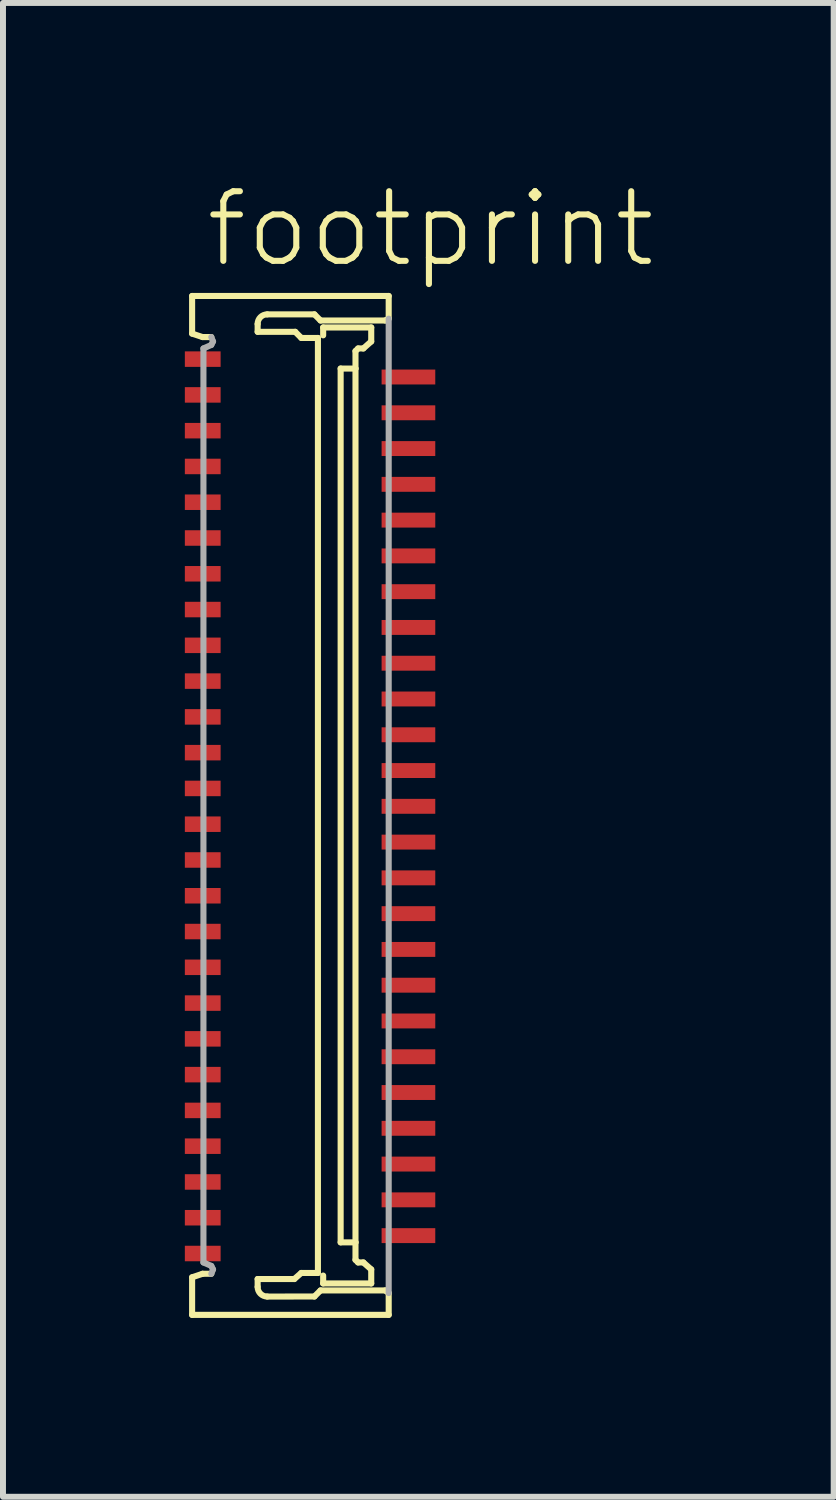
<source format=kicad_pcb>
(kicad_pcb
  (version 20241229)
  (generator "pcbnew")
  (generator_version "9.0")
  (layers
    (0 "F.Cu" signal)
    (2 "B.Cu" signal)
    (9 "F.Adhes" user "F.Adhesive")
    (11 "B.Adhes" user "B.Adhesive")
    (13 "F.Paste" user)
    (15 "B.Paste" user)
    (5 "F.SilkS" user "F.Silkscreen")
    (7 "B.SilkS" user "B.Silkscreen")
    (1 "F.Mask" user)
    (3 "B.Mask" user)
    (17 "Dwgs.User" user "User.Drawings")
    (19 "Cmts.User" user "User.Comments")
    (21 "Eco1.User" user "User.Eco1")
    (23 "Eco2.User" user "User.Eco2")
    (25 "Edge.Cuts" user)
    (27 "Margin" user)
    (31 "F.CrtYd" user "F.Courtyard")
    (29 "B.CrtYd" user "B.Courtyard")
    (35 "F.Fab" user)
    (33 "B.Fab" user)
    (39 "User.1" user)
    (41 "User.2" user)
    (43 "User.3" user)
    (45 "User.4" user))
  (footprint "footprint"
    (layer "F.Cu")
    (at 2.15 10.473)
    (property "Reference" "footprint" (at -1.8 -9 0) (layer "F.SilkS") (effects (font (size 1.168 1.168) (thickness 0.102)) (justify left bottom)))
    (fp_poly (pts (xy -2.15 -7.325) (xy -1.45 -7.325) (xy -1.45 -7.675) (xy -2.15 -7.675)) (stroke (width 0) (type solid)) (fill yes) (layer "F.Mask"))
    (fp_poly (pts (xy -2.15 -6.725) (xy -1.45 -6.725) (xy -1.45 -7.075) (xy -2.15 -7.075)) (stroke (width 0) (type solid)) (fill yes) (layer "F.Mask"))
    (fp_poly (pts (xy -2.15 -6.125) (xy -1.45 -6.125) (xy -1.45 -6.475) (xy -2.15 -6.475)) (stroke (width 0) (type solid)) (fill yes) (layer "F.Mask"))
    (fp_poly (pts (xy -2.15 -5.525) (xy -1.45 -5.525) (xy -1.45 -5.875) (xy -2.15 -5.875)) (stroke (width 0) (type solid)) (fill yes) (layer "F.Mask"))
    (fp_poly (pts (xy -2.15 -4.925) (xy -1.45 -4.925) (xy -1.45 -5.275) (xy -2.15 -5.275)) (stroke (width 0) (type solid)) (fill yes) (layer "F.Mask"))
    (fp_poly (pts (xy -2.15 -4.325) (xy -1.45 -4.325) (xy -1.45 -4.675) (xy -2.15 -4.675)) (stroke (width 0) (type solid)) (fill yes) (layer "F.Mask"))
    (fp_poly (pts (xy -2.15 -3.725) (xy -1.45 -3.725) (xy -1.45 -4.075) (xy -2.15 -4.075)) (stroke (width 0) (type solid)) (fill yes) (layer "F.Mask"))
    (fp_poly (pts (xy -2.15 -3.125) (xy -1.45 -3.125) (xy -1.45 -3.475) (xy -2.15 -3.475)) (stroke (width 0) (type solid)) (fill yes) (layer "F.Mask"))
    (fp_poly (pts (xy -2.15 -2.525) (xy -1.45 -2.525) (xy -1.45 -2.875) (xy -2.15 -2.875)) (stroke (width 0) (type solid)) (fill yes) (layer "F.Mask"))
    (fp_poly (pts (xy -2.15 -1.925) (xy -1.45 -1.925) (xy -1.45 -2.275) (xy -2.15 -2.275)) (stroke (width 0) (type solid)) (fill yes) (layer "F.Mask"))
    (fp_poly (pts (xy -2.15 -1.325) (xy -1.45 -1.325) (xy -1.45 -1.675) (xy -2.15 -1.675)) (stroke (width 0) (type solid)) (fill yes) (layer "F.Mask"))
    (fp_poly (pts (xy -2.15 -0.725) (xy -1.45 -0.725) (xy -1.45 -1.075) (xy -2.15 -1.075)) (stroke (width 0) (type solid)) (fill yes) (layer "F.Mask"))
    (fp_poly (pts (xy -2.15 -0.125) (xy -1.45 -0.125) (xy -1.45 -0.475) (xy -2.15 -0.475)) (stroke (width 0) (type solid)) (fill yes) (layer "F.Mask"))
    (fp_poly (pts (xy -2.15 0.475) (xy -1.45 0.475) (xy -1.45 0.125) (xy -2.15 0.125)) (stroke (width 0) (type solid)) (fill yes) (layer "F.Mask"))
    (fp_poly (pts (xy -2.15 1.075) (xy -1.45 1.075) (xy -1.45 0.725) (xy -2.15 0.725)) (stroke (width 0) (type solid)) (fill yes) (layer "F.Mask"))
    (fp_poly (pts (xy -2.15 1.675) (xy -1.45 1.675) (xy -1.45 1.325) (xy -2.15 1.325)) (stroke (width 0) (type solid)) (fill yes) (layer "F.Mask"))
    (fp_poly (pts (xy -2.15 2.275) (xy -1.45 2.275) (xy -1.45 1.925) (xy -2.15 1.925)) (stroke (width 0) (type solid)) (fill yes) (layer "F.Mask"))
    (fp_poly (pts (xy -2.15 2.875) (xy -1.45 2.875) (xy -1.45 2.525) (xy -2.15 2.525)) (stroke (width 0) (type solid)) (fill yes) (layer "F.Mask"))
    (fp_poly (pts (xy -2.15 3.475) (xy -1.45 3.475) (xy -1.45 3.125) (xy -2.15 3.125)) (stroke (width 0) (type solid)) (fill yes) (layer "F.Mask"))
    (fp_poly (pts (xy -2.15 4.075) (xy -1.45 4.075) (xy -1.45 3.725) (xy -2.15 3.725)) (stroke (width 0) (type solid)) (fill yes) (layer "F.Mask"))
    (fp_poly (pts (xy -2.15 4.675) (xy -1.45 4.675) (xy -1.45 4.325) (xy -2.15 4.325)) (stroke (width 0) (type solid)) (fill yes) (layer "F.Mask"))
    (fp_poly (pts (xy -2.15 5.275) (xy -1.45 5.275) (xy -1.45 4.925) (xy -2.15 4.925)) (stroke (width 0) (type solid)) (fill yes) (layer "F.Mask"))
    (fp_poly (pts (xy -2.15 5.875) (xy -1.45 5.875) (xy -1.45 5.525) (xy -2.15 5.525)) (stroke (width 0) (type solid)) (fill yes) (layer "F.Mask"))
    (fp_poly (pts (xy -2.15 6.475) (xy -1.45 6.475) (xy -1.45 6.125) (xy -2.15 6.125)) (stroke (width 0) (type solid)) (fill yes) (layer "F.Mask"))
    (fp_poly (pts (xy -2.15 7.075) (xy -1.45 7.075) (xy -1.45 6.725) (xy -2.15 6.725)) (stroke (width 0) (type solid)) (fill yes) (layer "F.Mask"))
    (fp_poly (pts (xy -2.15 7.675) (xy -1.45 7.675) (xy -1.45 7.325) (xy -2.15 7.325)) (stroke (width 0) (type solid)) (fill yes) (layer "F.Mask"))
    (fp_poly (pts (xy 1.15 -7.025) (xy 2.15 -7.025) (xy 2.15 -7.375) (xy 1.15 -7.375)) (stroke (width 0) (type solid)) (fill yes) (layer "F.Mask"))
    (fp_poly (pts (xy 1.15 -6.425) (xy 2.15 -6.425) (xy 2.15 -6.775) (xy 1.15 -6.775)) (stroke (width 0) (type solid)) (fill yes) (layer "F.Mask"))
    (fp_poly (pts (xy 1.15 -5.825) (xy 2.15 -5.825) (xy 2.15 -6.175) (xy 1.15 -6.175)) (stroke (width 0) (type solid)) (fill yes) (layer "F.Mask"))
    (fp_poly (pts (xy 1.15 -5.225) (xy 2.15 -5.225) (xy 2.15 -5.575) (xy 1.15 -5.575)) (stroke (width 0) (type solid)) (fill yes) (layer "F.Mask"))
    (fp_poly (pts (xy 1.15 -4.625) (xy 2.15 -4.625) (xy 2.15 -4.975) (xy 1.15 -4.975)) (stroke (width 0) (type solid)) (fill yes) (layer "F.Mask"))
    (fp_poly (pts (xy 1.15 -4.025) (xy 2.15 -4.025) (xy 2.15 -4.375) (xy 1.15 -4.375)) (stroke (width 0) (type solid)) (fill yes) (layer "F.Mask"))
    (fp_poly (pts (xy 1.15 -3.425) (xy 2.15 -3.425) (xy 2.15 -3.775) (xy 1.15 -3.775)) (stroke (width 0) (type solid)) (fill yes) (layer "F.Mask"))
    (fp_poly (pts (xy 1.15 -2.825) (xy 2.15 -2.825) (xy 2.15 -3.175) (xy 1.15 -3.175)) (stroke (width 0) (type solid)) (fill yes) (layer "F.Mask"))
    (fp_poly (pts (xy 1.15 -2.225) (xy 2.15 -2.225) (xy 2.15 -2.575) (xy 1.15 -2.575)) (stroke (width 0) (type solid)) (fill yes) (layer "F.Mask"))
    (fp_poly (pts (xy 1.15 -1.625) (xy 2.15 -1.625) (xy 2.15 -1.975) (xy 1.15 -1.975)) (stroke (width 0) (type solid)) (fill yes) (layer "F.Mask"))
    (fp_poly (pts (xy 1.15 -1.025) (xy 2.15 -1.025) (xy 2.15 -1.375) (xy 1.15 -1.375)) (stroke (width 0) (type solid)) (fill yes) (layer "F.Mask"))
    (fp_poly (pts (xy 1.15 -0.425) (xy 2.15 -0.425) (xy 2.15 -0.775) (xy 1.15 -0.775)) (stroke (width 0) (type solid)) (fill yes) (layer "F.Mask"))
    (fp_poly (pts (xy 1.15 0.175) (xy 2.15 0.175) (xy 2.15 -0.175) (xy 1.15 -0.175)) (stroke (width 0) (type solid)) (fill yes) (layer "F.Mask"))
    (fp_poly (pts (xy 1.15 0.775) (xy 2.15 0.775) (xy 2.15 0.425) (xy 1.15 0.425)) (stroke (width 0) (type solid)) (fill yes) (layer "F.Mask"))
    (fp_poly (pts (xy 1.15 1.375) (xy 2.15 1.375) (xy 2.15 1.025) (xy 1.15 1.025)) (stroke (width 0) (type solid)) (fill yes) (layer "F.Mask"))
    (fp_poly (pts (xy 1.15 1.975) (xy 2.15 1.975) (xy 2.15 1.625) (xy 1.15 1.625)) (stroke (width 0) (type solid)) (fill yes) (layer "F.Mask"))
    (fp_poly (pts (xy 1.15 2.575) (xy 2.15 2.575) (xy 2.15 2.225) (xy 1.15 2.225)) (stroke (width 0) (type solid)) (fill yes) (layer "F.Mask"))
    (fp_poly (pts (xy 1.15 3.175) (xy 2.15 3.175) (xy 2.15 2.825) (xy 1.15 2.825)) (stroke (width 0) (type solid)) (fill yes) (layer "F.Mask"))
    (fp_poly (pts (xy 1.15 3.775) (xy 2.15 3.775) (xy 2.15 3.425) (xy 1.15 3.425)) (stroke (width 0) (type solid)) (fill yes) (layer "F.Mask"))
    (fp_poly (pts (xy 1.15 4.375) (xy 2.15 4.375) (xy 2.15 4.025) (xy 1.15 4.025)) (stroke (width 0) (type solid)) (fill yes) (layer "F.Mask"))
    (fp_poly (pts (xy 1.15 4.975) (xy 2.15 4.975) (xy 2.15 4.625) (xy 1.15 4.625)) (stroke (width 0) (type solid)) (fill yes) (layer "F.Mask"))
    (fp_poly (pts (xy 1.15 5.575) (xy 2.15 5.575) (xy 2.15 5.225) (xy 1.15 5.225)) (stroke (width 0) (type solid)) (fill yes) (layer "F.Mask"))
    (fp_poly (pts (xy 1.15 6.175) (xy 2.15 6.175) (xy 2.15 5.825) (xy 1.15 5.825)) (stroke (width 0) (type solid)) (fill yes) (layer "F.Mask"))
    (fp_poly (pts (xy 1.15 6.775) (xy 2.15 6.775) (xy 2.15 6.425) (xy 1.15 6.425)) (stroke (width 0) (type solid)) (fill yes) (layer "F.Mask"))
    (fp_poly (pts (xy 1.15 7.375) (xy 2.15 7.375) (xy 2.15 7.025) (xy 1.15 7.025)) (stroke (width 0) (type solid)) (fill yes) (layer "F.Mask"))
    (fp_line (start -1.978 -8.559) (end 1.319 -8.559) (stroke (width 0.102) (type solid)) (layer "F.SilkS"))
    (fp_line (start -1.978 -7.928) (end -1.978 -8.559) (stroke (width 0.102) (type solid)) (layer "F.SilkS"))
    (fp_line (start -1.978 7.899) (end -1.803 7.84) (stroke (width 0.102) (type solid)) (layer "F.SilkS"))
    (fp_line (start -1.978 8.529) (end -1.978 7.899) (stroke (width 0.102) (type solid)) (layer "F.SilkS"))
    (fp_line (start -1.803 -7.87) (end -1.978 -7.928) (stroke (width 0.102) (type solid)) (layer "F.SilkS"))
    (fp_line (start -1.803 7.84) (end -1.656 7.84) (stroke (width 0.102) (type solid)) (layer "F.SilkS"))
    (fp_line (start -1.656 -7.87) (end -1.803 -7.87) (stroke (width 0.102) (type solid)) (layer "F.SilkS"))
    (fp_line (start -0.879 -8.09) (end -0.879 -7.958) (stroke (width 0.102) (type solid)) (layer "F.SilkS"))
    (fp_line (start -0.879 -7.958) (end -0.249 -7.958) (stroke (width 0.102) (type solid)) (layer "F.SilkS"))
    (fp_line (start -0.879 7.928) (end -0.879 8.06) (stroke (width 0.102) (type solid)) (layer "F.SilkS"))
    (fp_line (start -0.718 8.222) (end 0.073 8.221) (stroke (width 0.102) (type solid)) (layer "F.SilkS"))
    (fp_line (start -0.264 7.928) (end -0.879 7.928) (stroke (width 0.102) (type solid)) (layer "F.SilkS"))
    (fp_line (start -0.249 -7.958) (end -0.146 -7.855) (stroke (width 0.102) (type solid)) (layer "F.SilkS"))
    (fp_line (start -0.147 7.826) (end -0.264 7.928) (stroke (width 0.102) (type solid)) (layer "F.SilkS"))
    (fp_line (start -0.146 -7.855) (end 0.132 -7.855) (stroke (width 0.102) (type solid)) (layer "F.SilkS"))
    (fp_line (start 0.073 8.221) (end 0.176 8.119) (stroke (width 0.102) (type solid)) (layer "F.SilkS"))
    (fp_line (start 0.073 -8.251) (end -0.718 -8.251) (stroke (width 0.102) (type solid)) (layer "F.SilkS"))
    (fp_line (start 0.132 -7.855) (end 0.132 7.826) (stroke (width 0.102) (type solid)) (layer "F.SilkS"))
    (fp_line (start 0.132 7.826) (end -0.147 7.826) (stroke (width 0.102) (type solid)) (layer "F.SilkS"))
    (fp_line (start 0.176 -8.148) (end 0.073 -8.251) (stroke (width 0.102) (type solid)) (layer "F.SilkS"))
    (fp_line (start 0.176 8.119) (end 1.26 8.119) (stroke (width 0.102) (type solid)) (layer "F.SilkS"))
    (fp_line (start 0.22 -8.031) (end 0.22 -7.899) (stroke (width 0.102) (type solid)) (layer "F.SilkS"))
    (fp_line (start 0.22 8.002) (end 0.22 7.87) (stroke (width 0.102) (type solid)) (layer "F.SilkS"))
    (fp_line (start 0.513 -7.342) (end 0.762 -7.342) (stroke (width 0.102) (type solid)) (layer "F.SilkS"))
    (fp_line (start 0.513 7.313) (end 0.513 -7.342) (stroke (width 0.102) (type solid)) (layer "F.SilkS"))
    (fp_line (start 0.762 -7.635) (end 0.806 -7.679) (stroke (width 0.102) (type solid)) (layer "F.SilkS"))
    (fp_line (start 0.762 -7.342) (end 0.762 -7.635) (stroke (width 0.102) (type solid)) (layer "F.SilkS"))
    (fp_line (start 0.762 -7.342) (end 0.762 7.313) (stroke (width 0.102) (type solid)) (layer "F.SilkS"))
    (fp_line (start 0.762 7.313) (end 0.513 7.313) (stroke (width 0.102) (type solid)) (layer "F.SilkS"))
    (fp_line (start 0.762 7.606) (end 0.762 7.313) (stroke (width 0.102) (type solid)) (layer "F.SilkS"))
    (fp_line (start 0.806 -7.679) (end 0.894 -7.679) (stroke (width 0.102) (type solid)) (layer "F.SilkS"))
    (fp_line (start 0.806 7.65) (end 0.762 7.606) (stroke (width 0.102) (type solid)) (layer "F.SilkS"))
    (fp_line (start 0.894 -7.679) (end 1.026 -7.796) (stroke (width 0.102) (type solid)) (layer "F.SilkS"))
    (fp_line (start 0.894 7.65) (end 0.806 7.65) (stroke (width 0.102) (type solid)) (layer "F.SilkS"))
    (fp_line (start 1.026 -8.031) (end 0.22 -8.031) (stroke (width 0.102) (type solid)) (layer "F.SilkS"))
    (fp_line (start 1.026 -7.796) (end 1.026 -8.031) (stroke (width 0.102) (type solid)) (layer "F.SilkS"))
    (fp_line (start 1.026 7.767) (end 0.894 7.65) (stroke (width 0.102) (type solid)) (layer "F.SilkS"))
    (fp_line (start 1.026 8.002) (end 0.22 8.002) (stroke (width 0.102) (type solid)) (layer "F.SilkS"))
    (fp_line (start 1.026 8.002) (end 1.026 7.767) (stroke (width 0.102) (type solid)) (layer "F.SilkS"))
    (fp_line (start 1.26 -8.148) (end 0.176 -8.148) (stroke (width 0.102) (type solid)) (layer "F.SilkS"))
    (fp_line (start 1.26 8.119) (end 1.319 8.163) (stroke (width 0.102) (type solid)) (layer "F.SilkS"))
    (fp_line (start 1.319 -8.559) (end 1.319 -8.178) (stroke (width 0.102) (type solid)) (layer "F.SilkS"))
    (fp_line (start 1.319 -8.178) (end 1.26 -8.148) (stroke (width 0.102) (type solid)) (layer "F.SilkS"))
    (fp_line (start 1.319 8.163) (end 1.319 8.529) (stroke (width 0.102) (type solid)) (layer "F.SilkS"))
    (fp_line (start 1.319 8.529) (end -1.978 8.529) (stroke (width 0.102) (type solid)) (layer "F.SilkS"))
    (fp_arc (start -0.8793 -8.0896) (mid -0.832086 -8.203586) (end -0.7181 -8.2508) (stroke (width 0.1016) (type solid)) (layer "F.SilkS"))
    (fp_arc (start -0.7181 8.2215) (mid -0.832086 8.174286) (end -0.8793 8.0603) (stroke (width 0.1016) (type solid)) (layer "F.SilkS"))
    (fp_line (start -1.788 -7.679) (end -1.656 -7.738) (stroke (width 0.102) (type solid)) (layer "F.Fab"))
    (fp_line (start -1.788 7.65) (end -1.788 -7.679) (stroke (width 0.102) (type solid)) (layer "F.Fab"))
    (fp_line (start -1.656 7.708) (end -1.788 7.65) (stroke (width 0.102) (type solid)) (layer "F.Fab"))
    (fp_line (start -1.656 7.84) (end -1.627 7.767) (stroke (width 0.102) (type solid)) (layer "F.Fab"))
    (fp_line (start -1.656 -7.738) (end -1.627 -7.796) (stroke (width 0.102) (type solid)) (layer "F.Fab"))
    (fp_line (start -1.627 -7.796) (end -1.656 -7.87) (stroke (width 0.102) (type solid)) (layer "F.Fab"))
    (fp_line (start -1.627 7.767) (end -1.656 7.708) (stroke (width 0.102) (type solid)) (layer "F.Fab"))
    (fp_line (start 1.319 -8.178) (end 1.319 8.163) (stroke (width 0.102) (type solid)) (layer "F.Fab"))
    (pad "1" smd rect (at -1.8 -7.5 270) (size 0.26 0.6) (layers "F.Cu" "F.Paste"))
    (pad "2" smd rect (at 1.65 -7.2 270) (size 0.25 0.9) (layers "F.Cu" "F.Paste"))
    (pad "3" smd rect (at -1.8 -6.9 270) (size 0.26 0.6) (layers "F.Cu" "F.Paste"))
    (pad "4" smd rect (at 1.65 -6.6 270) (size 0.25 0.9) (layers "F.Cu" "F.Paste"))
    (pad "5" smd rect (at -1.8 -6.3 270) (size 0.26 0.6) (layers "F.Cu" "F.Paste"))
    (pad "6" smd rect (at 1.65 -6 270) (size 0.25 0.9) (layers "F.Cu" "F.Paste"))
    (pad "7" smd rect (at -1.8 -5.7 270) (size 0.26 0.6) (layers "F.Cu" "F.Paste"))
    (pad "8" smd rect (at 1.65 -5.4 270) (size 0.25 0.9) (layers "F.Cu" "F.Paste"))
    (pad "9" smd rect (at -1.8 -5.1 270) (size 0.26 0.6) (layers "F.Cu" "F.Paste"))
    (pad "10" smd rect (at 1.65 -4.8 270) (size 0.25 0.9) (layers "F.Cu" "F.Paste"))
    (pad "11" smd rect (at -1.8 -4.5 270) (size 0.26 0.6) (layers "F.Cu" "F.Paste"))
    (pad "12" smd rect (at 1.65 -4.2 270) (size 0.25 0.9) (layers "F.Cu" "F.Paste"))
    (pad "13" smd rect (at -1.8 -3.9 270) (size 0.26 0.6) (layers "F.Cu" "F.Paste"))
    (pad "14" smd rect (at 1.65 -3.6 270) (size 0.25 0.9) (layers "F.Cu" "F.Paste"))
    (pad "15" smd rect (at -1.8 -3.3 270) (size 0.26 0.6) (layers "F.Cu" "F.Paste"))
    (pad "16" smd rect (at 1.65 -3 270) (size 0.25 0.9) (layers "F.Cu" "F.Paste"))
    (pad "17" smd rect (at -1.8 -2.7 270) (size 0.26 0.6) (layers "F.Cu" "F.Paste"))
    (pad "18" smd rect (at 1.65 -2.4 270) (size 0.25 0.9) (layers "F.Cu" "F.Paste"))
    (pad "19" smd rect (at -1.8 -2.1 270) (size 0.26 0.6) (layers "F.Cu" "F.Paste"))
    (pad "20" smd rect (at 1.65 -1.8 270) (size 0.25 0.9) (layers "F.Cu" "F.Paste"))
    (pad "21" smd rect (at -1.8 -1.5 270) (size 0.26 0.6) (layers "F.Cu" "F.Paste"))
    (pad "22" smd rect (at 1.65 -1.2 270) (size 0.25 0.9) (layers "F.Cu" "F.Paste"))
    (pad "23" smd rect (at -1.8 -0.9 270) (size 0.26 0.6) (layers "F.Cu" "F.Paste"))
    (pad "24" smd rect (at 1.65 -0.6 270) (size 0.25 0.9) (layers "F.Cu" "F.Paste"))
    (pad "25" smd rect (at -1.8 -0.3 270) (size 0.26 0.6) (layers "F.Cu" "F.Paste"))
    (pad "26" smd rect (at 1.65 0 270) (size 0.25 0.9) (layers "F.Cu" "F.Paste"))
    (pad "27" smd rect (at -1.8 0.3 270) (size 0.26 0.6) (layers "F.Cu" "F.Paste"))
    (pad "28" smd rect (at 1.65 0.6 270) (size 0.25 0.9) (layers "F.Cu" "F.Paste"))
    (pad "29" smd rect (at -1.8 0.9 270) (size 0.26 0.6) (layers "F.Cu" "F.Paste"))
    (pad "30" smd rect (at 1.65 1.2 270) (size 0.25 0.9) (layers "F.Cu" "F.Paste"))
    (pad "31" smd rect (at -1.8 1.5 270) (size 0.26 0.6) (layers "F.Cu" "F.Paste"))
    (pad "32" smd rect (at 1.65 1.8 270) (size 0.25 0.9) (layers "F.Cu" "F.Paste"))
    (pad "33" smd rect (at -1.8 2.1 270) (size 0.26 0.6) (layers "F.Cu" "F.Paste"))
    (pad "34" smd rect (at 1.65 2.4 270) (size 0.25 0.9) (layers "F.Cu" "F.Paste"))
    (pad "35" smd rect (at -1.8 2.7 270) (size 0.26 0.6) (layers "F.Cu" "F.Paste"))
    (pad "36" smd rect (at 1.65 3 270) (size 0.25 0.9) (layers "F.Cu" "F.Paste"))
    (pad "37" smd rect (at -1.8 3.3 270) (size 0.26 0.6) (layers "F.Cu" "F.Paste"))
    (pad "38" smd rect (at 1.65 3.6 270) (size 0.25 0.9) (layers "F.Cu" "F.Paste"))
    (pad "39" smd rect (at -1.8 3.9 270) (size 0.26 0.6) (layers "F.Cu" "F.Paste"))
    (pad "40" smd rect (at 1.65 4.2 270) (size 0.25 0.9) (layers "F.Cu" "F.Paste"))
    (pad "41" smd rect (at -1.8 4.5 270) (size 0.26 0.6) (layers "F.Cu" "F.Paste"))
    (pad "42" smd rect (at 1.65 4.8 270) (size 0.25 0.9) (layers "F.Cu" "F.Paste"))
    (pad "43" smd rect (at -1.8 5.1 270) (size 0.26 0.6) (layers "F.Cu" "F.Paste"))
    (pad "44" smd rect (at 1.65 5.4 270) (size 0.25 0.9) (layers "F.Cu" "F.Paste"))
    (pad "45" smd rect (at -1.8 5.7 270) (size 0.26 0.6) (layers "F.Cu" "F.Paste"))
    (pad "46" smd rect (at 1.65 6 270) (size 0.25 0.9) (layers "F.Cu" "F.Paste"))
    (pad "47" smd rect (at -1.8 6.3 270) (size 0.26 0.6) (layers "F.Cu" "F.Paste"))
    (pad "48" smd rect (at 1.65 6.6 270) (size 0.25 0.9) (layers "F.Cu" "F.Paste"))
    (pad "49" smd rect (at -1.8 6.9 270) (size 0.26 0.6) (layers "F.Cu" "F.Paste"))
    (pad "50" smd rect (at 1.65 7.2 270) (size 0.25 0.9) (layers "F.Cu" "F.Paste"))
    (pad "51" smd rect (at -1.8 7.5 270) (size 0.26 0.6) (layers "F.Cu" "F.Paste")))
  (gr_rect
    (start -3 -3)
    (end 10.932 22.053)
    (stroke (width 0.1) (type default))
    (fill no)
    (layer "Edge.Cuts")))
</source>
